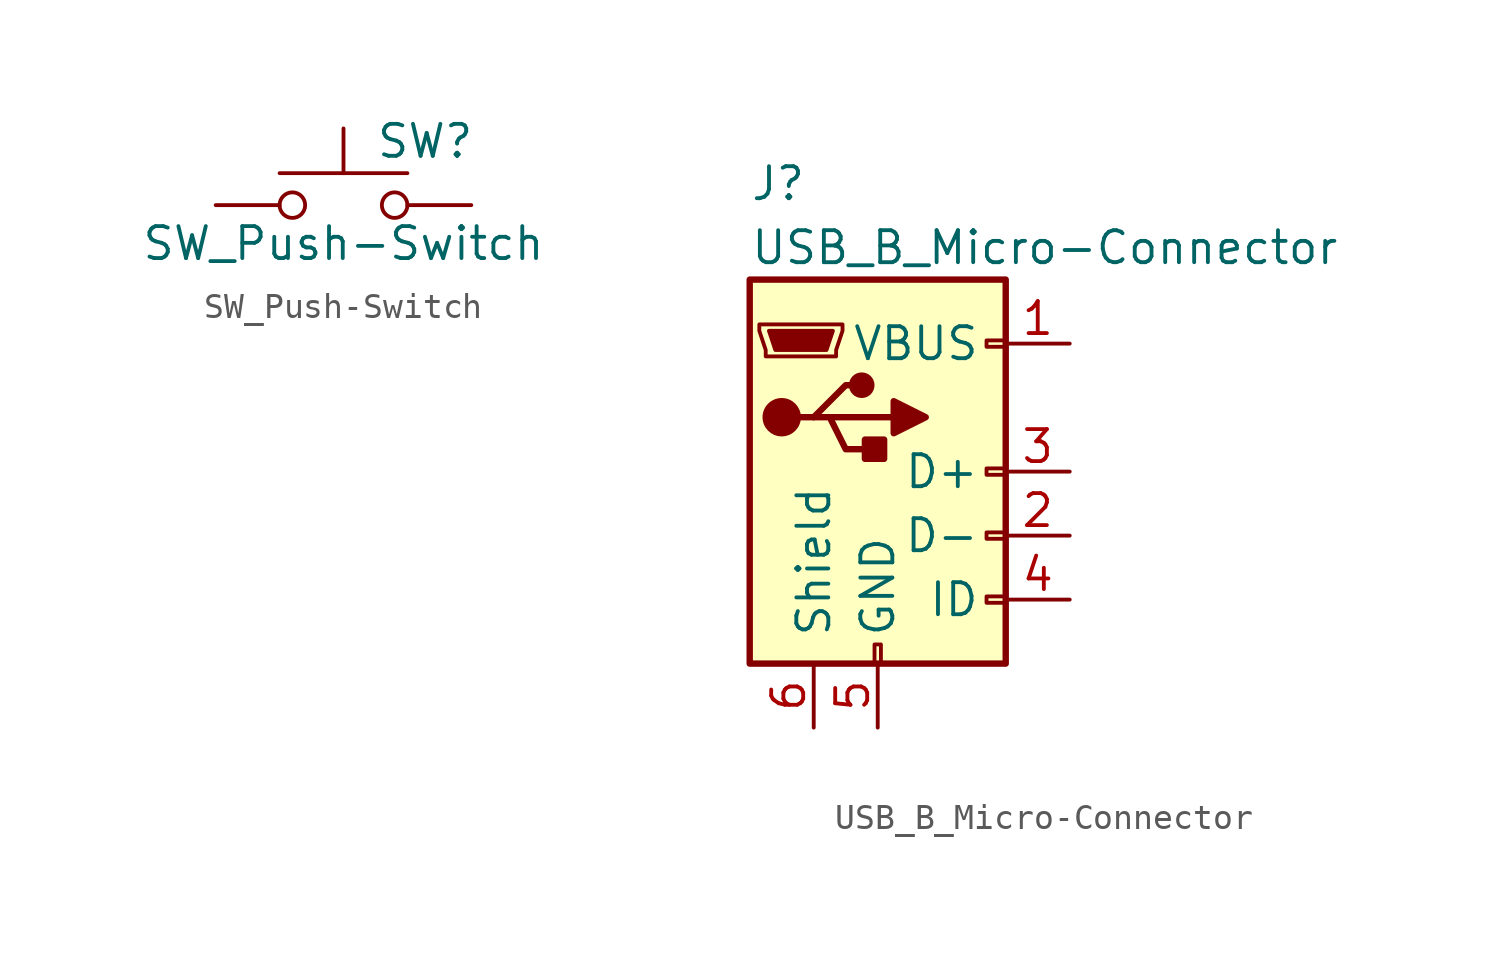
<source format=kicad_sym>
(kicad_symbol_lib
  (version 20210619)
  (generator kicad_symbol_editor)
  (symbol "ads131:SW_Push-Switch"
    (pin_numbers hide)
    (pin_names
      (offset 1.016) hide)
    (property "Reference" "SW"
      (at 1.27 2.54 0)
      (effects (font (size 1.27 1.27)) (justify left)))
    (property "Value" "SW_Push-Switch"
      (at 0 -1.524 0)
      (effects (font (size 1.27 1.27))))
    (symbol "SW_Push-Switch_0_1"
      (circle (center -2.032 0) (radius 0.508) (stroke (width 0)) (fill (type none)))
      (circle (center 2.032 0) (radius 0.508) (stroke (width 0)) (fill (type none)))
      (polyline (pts (xy 0 1.27) (xy 0 3.048)) (stroke (width 0)) (fill (type none)))
      (polyline (pts (xy 2.54 1.27) (xy -2.54 1.27)) (stroke (width 0)) (fill (type none)))
      (pin passive line (at -5.08 0 0) (length 2.54) (name "1" (effects (font (size 1.27 1.27)))) (number "1" (effects (font (size 1.27 1.27)))))
      (pin passive line (at 5.08 0 180) (length 2.54) (name "2" (effects (font (size 1.27 1.27)))) (number "2" (effects (font (size 1.27 1.27)))))))
  (symbol "ads131:USB_B_Micro-Connector"
    (pin_names
      (offset 1.016))
    (property "Reference" "J"
      (at -5.08 11.43 0)
      (effects (font (size 1.27 1.27)) (justify left)))
    (property "Value" "USB_B_Micro-Connector"
      (at -5.08 8.89 0)
      (effects (font (size 1.27 1.27)) (justify left)))
    (symbol "USB_B_Micro-Connector_0_1"
      (circle (center -3.81 2.159) (radius 0.635) (stroke (width 0.254)) (fill (type outline)))
      (circle (center -0.635 3.429) (radius 0.381) (stroke (width 0.254)) (fill (type outline)))
      (rectangle (start -0.127 -7.62) (end 0.127 -6.858) (stroke (width 0)) (fill (type none)))
      (rectangle (start 5.08 -5.207) (end 4.318 -4.953) (stroke (width 0)) (fill (type none)))
      (rectangle (start 5.08 -2.667) (end 4.318 -2.413) (stroke (width 0)) (fill (type none)))
      (rectangle (start 5.08 -0.127) (end 4.318 0.127) (stroke (width 0)) (fill (type none)))
      (rectangle (start 5.08 4.953) (end 4.318 5.207) (stroke (width 0)) (fill (type none)))
      (rectangle (start 0.254 1.27) (end -0.508 0.508) (stroke (width 0.254)) (fill (type outline)))
      (rectangle (start -5.08 -7.62) (end 5.08 7.62) (stroke (width 0.254)) (fill (type background)))
      (polyline (pts (xy -1.905 2.159) (xy 0.635 2.159)) (stroke (width 0.254)) (fill (type none)))
      (polyline (pts (xy -3.175 2.159) (xy -2.54 2.159) (xy -1.27 3.429) (xy -0.635 3.429)) (stroke (width 0.254)) (fill (type none)))
      (polyline (pts (xy -2.54 2.159) (xy -1.905 2.159) (xy -1.27 0.889) (xy 0 0.889)) (stroke (width 0.254)) (fill (type none)))
      (polyline (pts (xy -4.699 5.842) (xy -4.699 5.588) (xy -4.445 4.826) (xy -4.445 4.572) (xy -1.651 4.572) (xy -1.651 4.826) (xy -1.397 5.588) (xy -1.397 5.842) (xy -4.699 5.842)) (stroke (width 0)) (fill (type none)))
      (polyline (pts (xy 0.635 2.794) (xy 0.635 1.524) (xy 1.905 2.159) (xy 0.635 2.794)) (stroke (width 0.254)) (fill (type outline)))
      (polyline (pts (xy -4.318 5.588) (xy -1.778 5.588) (xy -2.032 4.826) (xy -4.064 4.826) (xy -4.318 5.588)) (stroke (width 0)) (fill (type outline))))
    (symbol "USB_B_Micro-Connector_1_1"
      (pin power_out line (at 7.62 5.08 180) (length 2.54) (name "VBUS" (effects (font (size 1.27 1.27)))) (number "1" (effects (font (size 1.27 1.27)))))
      (pin passive line (at 7.62 -2.54 180) (length 2.54) (name "D-" (effects (font (size 1.27 1.27)))) (number "2" (effects (font (size 1.27 1.27)))))
      (pin passive line (at 7.62 0 180) (length 2.54) (name "D+" (effects (font (size 1.27 1.27)))) (number "3" (effects (font (size 1.27 1.27)))))
      (pin passive line (at 7.62 -5.08 180) (length 2.54) (name "ID" (effects (font (size 1.27 1.27)))) (number "4" (effects (font (size 1.27 1.27)))))
      (pin power_out line (at 0 -10.16 90) (length 2.54) (name "GND" (effects (font (size 1.27 1.27)))) (number "5" (effects (font (size 1.27 1.27)))))
      (pin passive line (at -2.54 -10.16 90) (length 2.54) (name "Shield" (effects (font (size 1.27 1.27)))) (number "6" (effects (font (size 1.27 1.27))))))))
</source>
